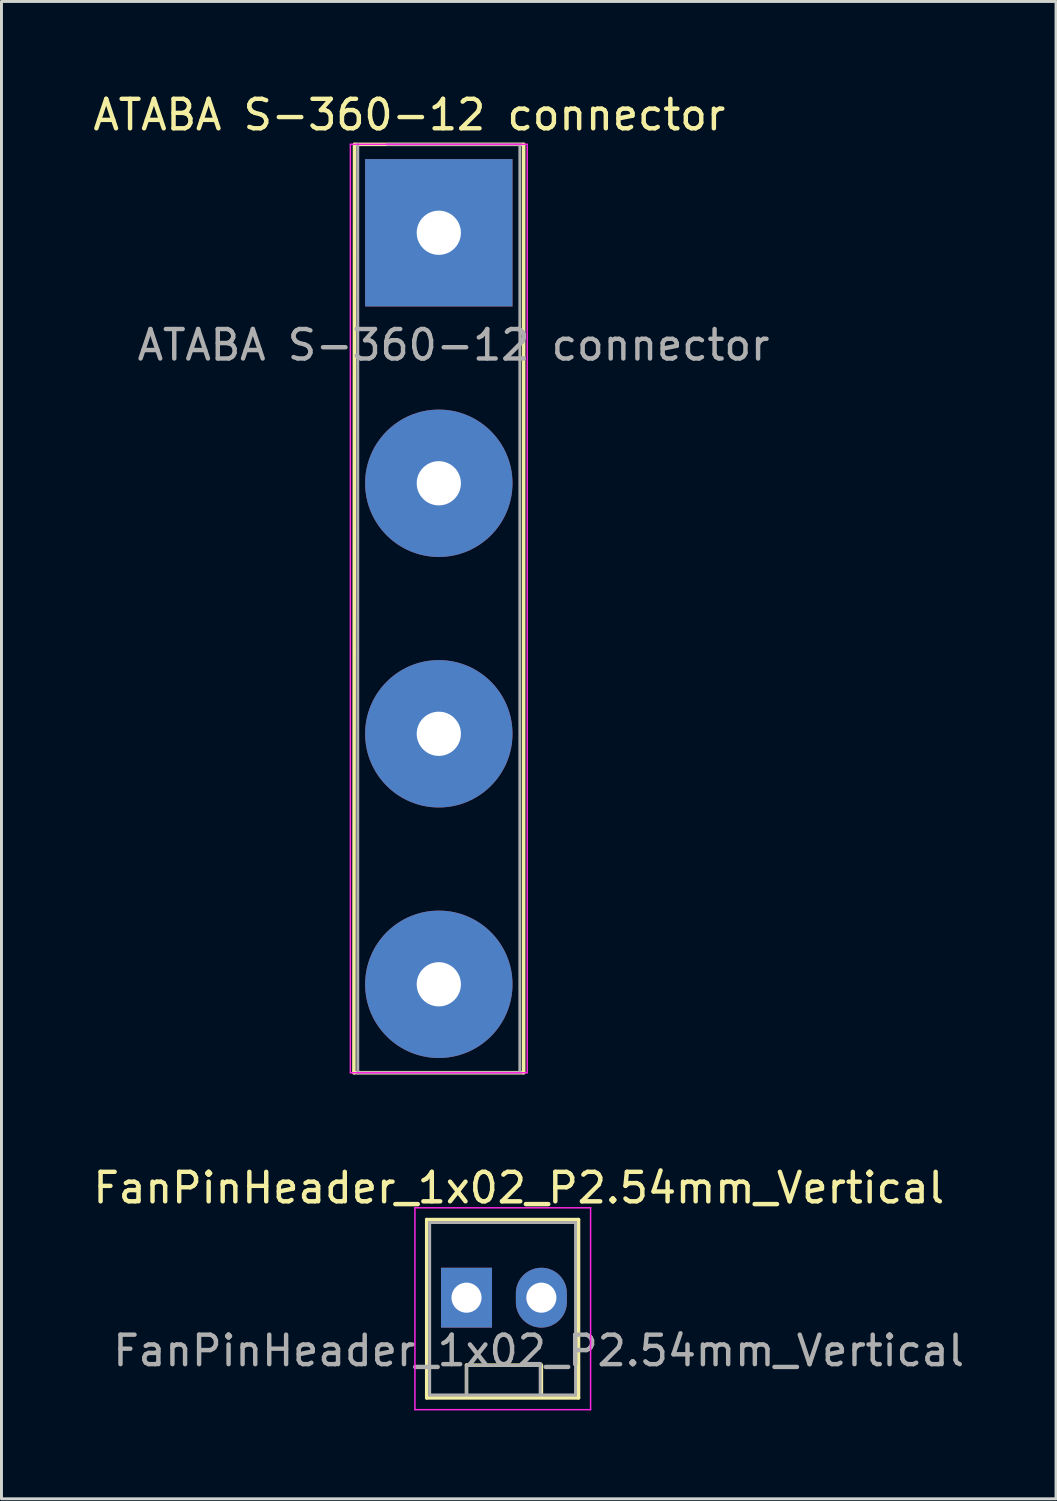
<source format=kicad_pcb>
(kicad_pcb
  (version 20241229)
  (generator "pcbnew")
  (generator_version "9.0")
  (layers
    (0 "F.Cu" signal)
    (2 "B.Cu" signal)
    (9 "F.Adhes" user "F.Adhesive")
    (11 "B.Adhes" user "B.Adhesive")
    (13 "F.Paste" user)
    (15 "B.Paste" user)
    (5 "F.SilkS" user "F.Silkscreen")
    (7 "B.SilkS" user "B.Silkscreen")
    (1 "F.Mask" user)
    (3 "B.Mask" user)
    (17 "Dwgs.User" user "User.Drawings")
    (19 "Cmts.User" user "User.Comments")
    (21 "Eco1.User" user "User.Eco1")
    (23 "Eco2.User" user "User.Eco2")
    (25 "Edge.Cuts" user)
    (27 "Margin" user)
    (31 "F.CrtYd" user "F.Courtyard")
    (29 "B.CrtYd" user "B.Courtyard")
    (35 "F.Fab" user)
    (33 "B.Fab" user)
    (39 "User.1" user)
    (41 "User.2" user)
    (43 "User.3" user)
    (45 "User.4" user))
  (footprint "ATABA S-360-12 connector"
    (layer "F.Cu")
    (at 11.839 4.848)
    (property "Reference" "ATABA S-360-12 connector" (at -1 -4 0) (layer "F.SilkS") (effects (font (size 1 1) (thickness 0.15))))
    (attr through_hole)
    (fp_line (start -2.88 28.5) (end -2.86 -3) (stroke (width 0.12) (type solid)) (layer "F.SilkS"))
    (fp_line (start -2.86 -3) (end 2.88 -3) (stroke (width 0.12) (type solid)) (layer "F.SilkS"))
    (fp_line (start 2.88 -3) (end 2.88 28.5) (stroke (width 0.12) (type solid)) (layer "F.SilkS"))
    (fp_line (start 2.88 28.5) (end -2.88 28.5) (stroke (width 0.12) (type solid)) (layer "F.SilkS"))
    (fp_line (start -3 -3) (end 3 -3) (stroke (width 0.05) (type solid)) (layer "F.CrtYd"))
    (fp_line (start -3 28.5) (end -3 -3) (stroke (width 0.05) (type solid)) (layer "F.CrtYd"))
    (fp_line (start 3 -3) (end 3 28.5) (stroke (width 0.05) (type solid)) (layer "F.CrtYd"))
    (fp_line (start 3 28.5) (end -3 28.5) (stroke (width 0.05) (type solid)) (layer "F.CrtYd"))
    (fp_line (start -2.75 -3) (end -2.75 28.5) (stroke (width 0.1) (type solid)) (layer "F.Fab"))
    (fp_line (start -1.75 -3) (end 2.75 -3) (stroke (width 0.1) (type solid)) (layer "F.Fab"))
    (fp_line (start 2.75 -3) (end 2.75 28.5) (stroke (width 0.1) (type solid)) (layer "F.Fab"))
    (fp_line (start 2.75 28.5) (end -2.75 28.5) (stroke (width 0.1) (type solid)) (layer "F.Fab"))
    (fp_text user "${REFERENCE}" (at 0.5 3.81 0) (layer "F.Fab") (effects (font (size 1 1) (thickness 0.15))))
    (pad "1" thru_hole rect (at 0 0) (size 5 5) (drill 1.5) (layers "*.Cu" "*.Mask"))
    (pad "2" thru_hole circle (at 0 8.5) (size 5 5) (drill 1.5) (layers "*.Cu" "*.Mask"))
    (pad "3" thru_hole circle (at 0 17) (size 5 5) (drill 1.5) (layers "*.Cu" "*.Mask"))
    (pad "4" thru_hole circle (at 0 25.5) (size 5 5) (drill 1.5) (layers "*.Cu" "*.Mask")))
  (footprint "FanPinHeader_1x02_P2.54mm_Vertical"
    (layer "F.Cu")
    (at 12.779 40.981)
    (property "Reference" "FanPinHeader_1x02_P2.54mm_Vertical" (at 1.775 -3.725 0) (layer "F.SilkS") (effects (font (size 1 1) (thickness 0.15))))
    (attr through_hole)
    (fp_line (start -1.35 -2.65) (end 3.8 -2.65) (stroke (width 0.12) (type solid)) (layer "F.SilkS"))
    (fp_line (start -1.35 3.4) (end -1.35 -2.65) (stroke (width 0.12) (type solid)) (layer "F.SilkS"))
    (fp_line (start 0 2.29) (end 2.54 2.29) (stroke (width 0.12) (type solid)) (layer "F.SilkS"))
    (fp_line (start 0 3.3) (end 0 2.29) (stroke (width 0.12) (type solid)) (layer "F.SilkS"))
    (fp_line (start 2.54 2.29) (end 2.54 3.3) (stroke (width 0.12) (type solid)) (layer "F.SilkS"))
    (fp_line (start 3.8 -2.65) (end 3.8 3.4) (stroke (width 0.12) (type solid)) (layer "F.SilkS"))
    (fp_line (start 3.8 3.4) (end -1.35 3.4) (stroke (width 0.12) (type solid)) (layer "F.SilkS"))
    (fp_line (start -1.75 3.8) (end -1.75 -3.05) (stroke (width 0.05) (type solid)) (layer "F.CrtYd"))
    (fp_line (start -1.75 3.8) (end 4.21 3.8) (stroke (width 0.05) (type solid)) (layer "F.CrtYd"))
    (fp_line (start 4.21 -3.05) (end -1.75 -3.05) (stroke (width 0.05) (type solid)) (layer "F.CrtYd"))
    (fp_line (start 4.21 -3.05) (end 4.21 3.8) (stroke (width 0.05) (type solid)) (layer "F.CrtYd"))
    (fp_line (start -1.25 -2.55) (end 3.7 -2.55) (stroke (width 0.1) (type solid)) (layer "F.Fab"))
    (fp_line (start -1.25 3.3) (end -1.25 -2.55) (stroke (width 0.1) (type solid)) (layer "F.Fab"))
    (fp_line (start 0 2.3) (end 0 3.3) (stroke (width 0.1) (type solid)) (layer "F.Fab"))
    (fp_line (start 2.5 2.3) (end 0 2.3) (stroke (width 0.1) (type solid)) (layer "F.Fab"))
    (fp_line (start 2.5 3.3) (end 2.5 2.3) (stroke (width 0.1) (type solid)) (layer "F.Fab"))
    (fp_line (start 3.7 -2.55) (end 3.7 3.3) (stroke (width 0.1) (type solid)) (layer "F.Fab"))
    (fp_line (start 3.7 3.3) (end -1.25 3.3) (stroke (width 0.1) (type solid)) (layer "F.Fab"))
    (fp_text user "${REFERENCE}" (at 2.45 1.8 0) (layer "F.Fab") (effects (font (size 1 1) (thickness 0.15))))
    (pad "1" thru_hole rect (at 0 0 90) (size 2.03 1.73) (drill 1.02) (layers "*.Cu" "*.Mask"))
    (pad "2" thru_hole oval (at 2.54 0 90) (size 2.03 1.73) (drill 1.02) (layers "*.Cu" "*.Mask")))
  (gr_rect
    (start -3 -3)
    (end 32.782 47.806)
    (stroke (width 0.1) (type default))
    (fill no)
    (layer "Edge.Cuts")))
</source>
